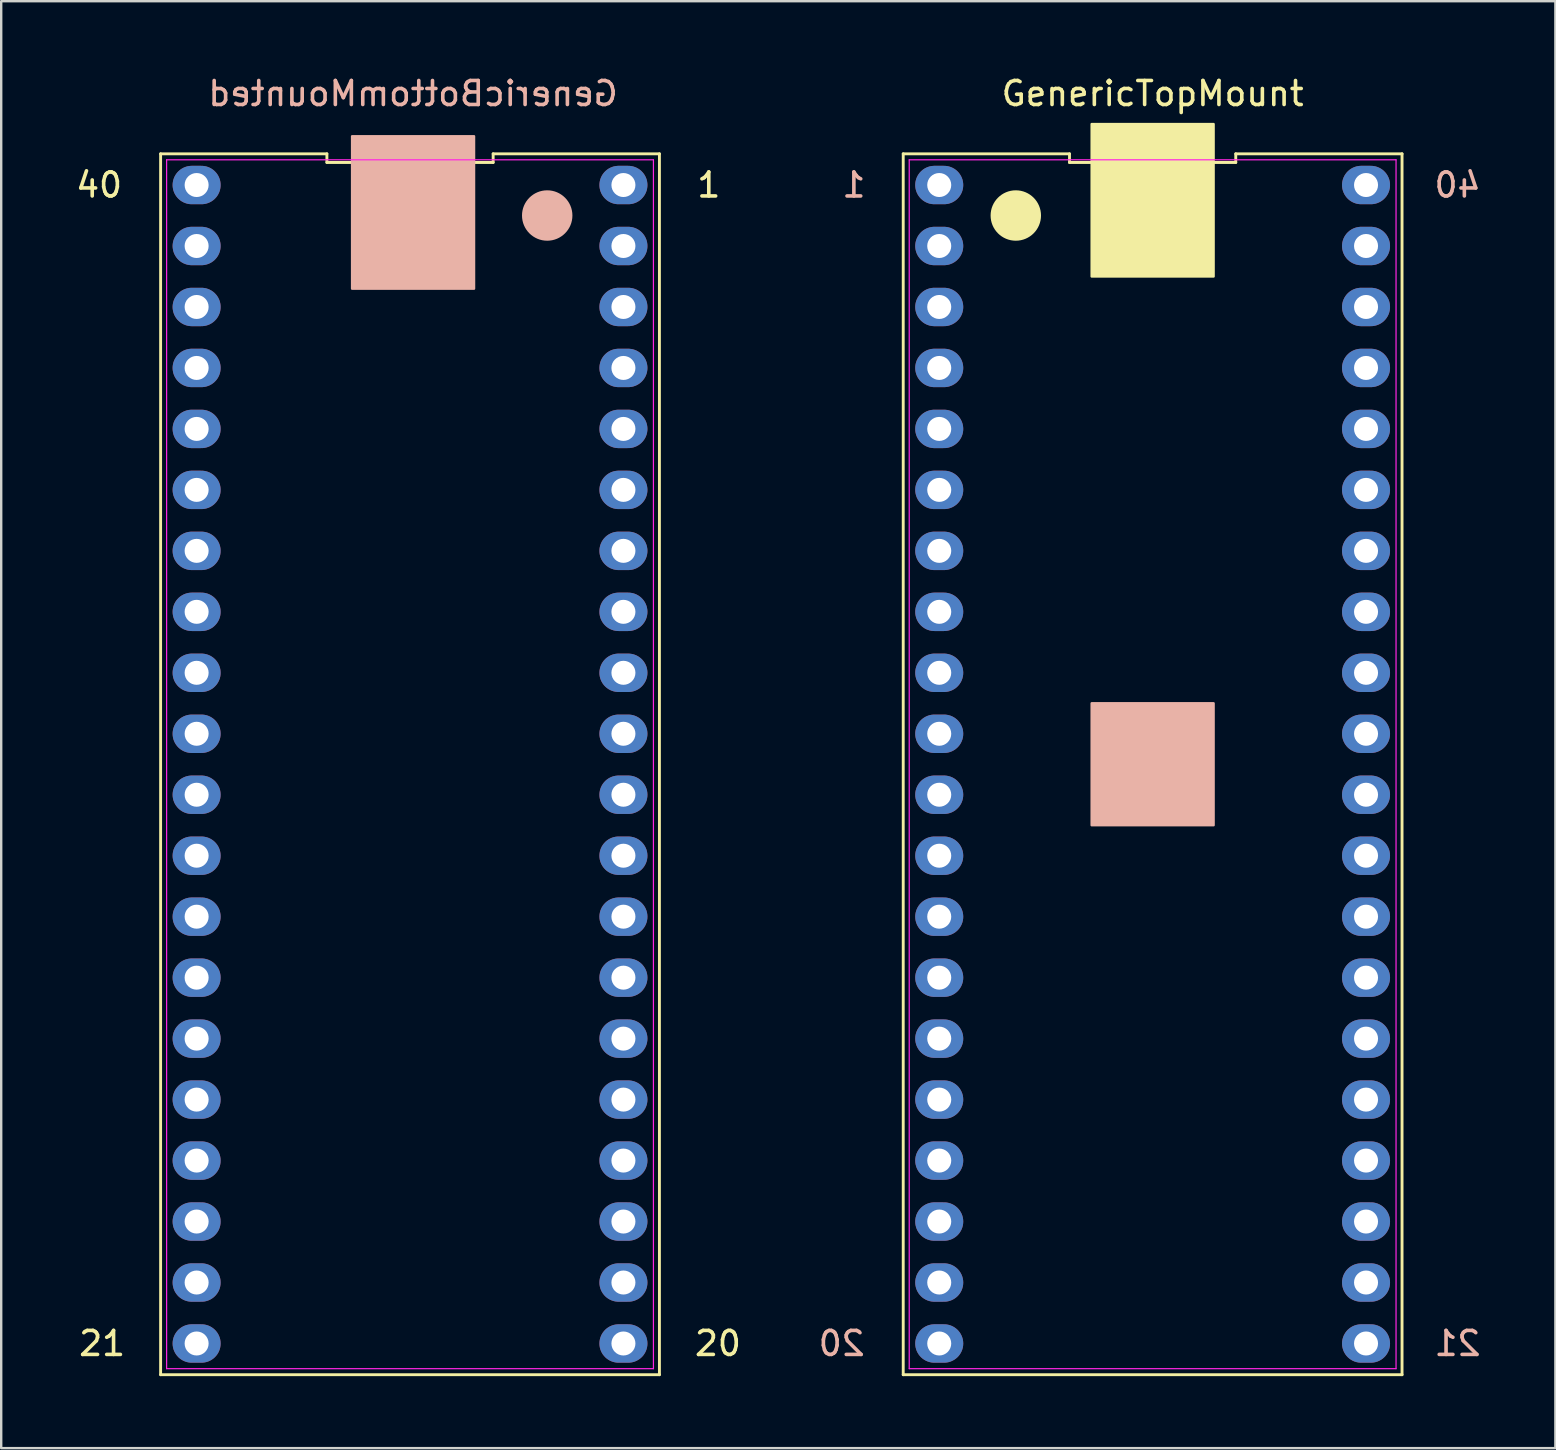
<source format=kicad_pcb>
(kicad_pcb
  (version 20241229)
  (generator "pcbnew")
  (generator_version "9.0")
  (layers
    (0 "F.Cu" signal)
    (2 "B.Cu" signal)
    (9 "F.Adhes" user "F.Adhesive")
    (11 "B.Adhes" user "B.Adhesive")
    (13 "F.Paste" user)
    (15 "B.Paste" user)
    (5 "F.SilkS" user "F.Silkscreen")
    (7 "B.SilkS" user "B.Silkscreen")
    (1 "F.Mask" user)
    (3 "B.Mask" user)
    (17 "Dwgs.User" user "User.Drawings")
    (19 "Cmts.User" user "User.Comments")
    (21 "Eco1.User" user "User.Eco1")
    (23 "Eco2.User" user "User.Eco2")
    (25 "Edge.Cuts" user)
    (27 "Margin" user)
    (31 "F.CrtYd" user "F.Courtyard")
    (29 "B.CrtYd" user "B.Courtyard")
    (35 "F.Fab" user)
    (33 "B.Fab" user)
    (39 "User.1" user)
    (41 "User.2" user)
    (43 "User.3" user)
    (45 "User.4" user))
  (footprint "GenericTopMount"
    (layer "F.Cu")
    (at 44.967 28.788)
    (property "Reference" "GenericTopMount" (at 0 -27.94 0) (layer "F.SilkS") (effects (font (size 1 1) (thickness 0.15))))
    (attr through_hole)
    (fp_line (start -10.39 25.43) (end 10.39 25.43) (stroke (width 0.12) (type solid)) (layer "F.SilkS"))
    (fp_line (start -10.39 -25.43) (end -10.39 25.43) (stroke (width 0.12) (type solid)) (layer "F.SilkS"))
    (fp_line (start -3.463 -25.43) (end -10.39 -25.43) (stroke (width 0.12) (type solid)) (layer "F.SilkS"))
    (fp_line (start -3.463 -25.07) (end -3.463 -25.43) (stroke (width 0.12) (type solid)) (layer "F.SilkS"))
    (fp_line (start 3.463 -25.43) (end 3.463 -25.07) (stroke (width 0.12) (type solid)) (layer "F.SilkS"))
    (fp_line (start 3.463 -25.07) (end -3.463 -25.07) (stroke (width 0.12) (type solid)) (layer "F.SilkS"))
    (fp_line (start 10.39 25.43) (end 10.39 -25.43) (stroke (width 0.12) (type solid)) (layer "F.SilkS"))
    (fp_line (start 10.39 -25.43) (end 3.463 -25.43) (stroke (width 0.12) (type solid)) (layer "F.SilkS"))
    (fp_poly (pts (xy 2.54 -20.32) (xy -2.54 -20.32) (xy -2.54 -26.67) (xy 2.54 -26.67)) (stroke (width 0.1) (type solid)) (fill yes) (layer "F.SilkS"))
    (fp_poly (pts (xy 2.54 2.54) (xy -2.54 2.54) (xy -2.54 -2.54) (xy 2.54 -2.54)) (stroke (width 0.1) (type solid)) (fill yes) (layer "B.SilkS"))
    (fp_line (start -10.14 -25.18) (end 10.14 -25.18) (stroke (width 0.05) (type solid)) (layer "F.CrtYd"))
    (fp_line (start -10.14 25.18) (end -10.14 -25.18) (stroke (width 0.05) (type solid)) (layer "F.CrtYd"))
    (fp_line (start 10.14 -25.18) (end 10.14 25.18) (stroke (width 0.05) (type solid)) (layer "F.CrtYd"))
    (fp_line (start 10.14 25.18) (end -10.14 25.18) (stroke (width 0.05) (type solid)) (layer "F.CrtYd"))
    (fp_text user "21" (at 12.7 24.13 180) (layer "B.SilkS") (effects (font (size 1 1) (thickness 0.15)) (justify mirror)))
    (fp_text user "1" (at -12.446 -24.13 180) (layer "B.SilkS") (effects (font (size 1 1) (thickness 0.15)) (justify mirror)))
    (fp_text user "20" (at -12.954 24.13 180) (layer "B.SilkS") (effects (font (size 1 1) (thickness 0.15)) (justify mirror)))
    (fp_text user "40" (at 12.7 -24.13 180) (layer "B.SilkS") (effects (font (size 1 1) (thickness 0.15)) (justify mirror)))
    (pad "" smd circle (at -5.7 -22.86) (size 2.1 2.1) (layers "F.SilkS"))
    (pad "1" thru_hole oval (at -8.89 -24.13 270) (size 1.6 2) (drill 1) (layers "*.Mask" "B.Cu"))
    (pad "2" thru_hole oval (at -8.89 -21.59 270) (size 1.6 2) (drill 1) (layers "*.Mask" "B.Cu"))
    (pad "3" thru_hole oval (at -8.89 -19.05 270) (size 1.6 2) (drill 1) (layers "*.Mask" "B.Cu"))
    (pad "4" thru_hole oval (at -8.89 -16.51 270) (size 1.6 2) (drill 1) (layers "*.Mask" "B.Cu"))
    (pad "5" thru_hole oval (at -8.89 -13.97 270) (size 1.6 2) (drill 1) (layers "*.Mask" "B.Cu"))
    (pad "6" thru_hole oval (at -8.89 -11.43 270) (size 1.6 2) (drill 1) (layers "*.Mask" "B.Cu"))
    (pad "7" thru_hole oval (at -8.89 -8.89 270) (size 1.6 2) (drill 1) (layers "*.Mask" "B.Cu"))
    (pad "8" thru_hole oval (at -8.89 -6.35 270) (size 1.6 2) (drill 1) (layers "*.Mask" "B.Cu"))
    (pad "9" thru_hole oval (at -8.89 -3.81 270) (size 1.6 2) (drill 1) (layers "*.Mask" "B.Cu"))
    (pad "10" thru_hole oval (at -8.89 -1.27 270) (size 1.6 2) (drill 1) (layers "*.Mask" "B.Cu"))
    (pad "11" thru_hole oval (at -8.89 1.27 270) (size 1.6 2) (drill 1) (layers "*.Mask" "B.Cu"))
    (pad "12" thru_hole oval (at -8.89 3.81 270) (size 1.6 2) (drill 1) (layers "*.Mask" "B.Cu"))
    (pad "13" thru_hole oval (at -8.89 6.35 270) (size 1.6 2) (drill 1) (layers "*.Mask" "B.Cu"))
    (pad "14" thru_hole oval (at -8.89 8.89 270) (size 1.6 2) (drill 1) (layers "*.Mask" "B.Cu"))
    (pad "15" thru_hole oval (at -8.89 11.43 270) (size 1.6 2) (drill 1) (layers "*.Mask" "B.Cu"))
    (pad "16" thru_hole oval (at -8.89 13.97 270) (size 1.6 2) (drill 1) (layers "*.Mask" "B.Cu"))
    (pad "17" thru_hole oval (at -8.89 16.51 270) (size 1.6 2) (drill 1) (layers "*.Mask" "B.Cu"))
    (pad "18" thru_hole oval (at -8.89 19.05 270) (size 1.6 2) (drill 1) (layers "*.Mask" "B.Cu"))
    (pad "19" thru_hole oval (at -8.89 21.59 270) (size 1.6 2) (drill 1) (layers "*.Mask" "B.Cu"))
    (pad "20" thru_hole oval (at -8.89 24.13 270) (size 1.6 2) (drill 1) (layers "*.Mask" "B.Cu"))
    (pad "21" thru_hole oval (at 8.89 24.13 270) (size 1.6 2) (drill 1) (layers "*.Mask" "B.Cu"))
    (pad "22" thru_hole oval (at 8.89 21.59 270) (size 1.6 2) (drill 1) (layers "*.Mask" "B.Cu"))
    (pad "23" thru_hole oval (at 8.89 19.05 270) (size 1.6 2) (drill 1) (layers "*.Mask" "B.Cu"))
    (pad "24" thru_hole oval (at 8.89 16.51 270) (size 1.6 2) (drill 1) (layers "*.Mask" "B.Cu"))
    (pad "25" thru_hole oval (at 8.89 13.97 270) (size 1.6 2) (drill 1) (layers "*.Mask" "B.Cu"))
    (pad "26" thru_hole oval (at 8.89 11.43 270) (size 1.6 2) (drill 1) (layers "*.Mask" "B.Cu"))
    (pad "27" thru_hole oval (at 8.89 8.89 270) (size 1.6 2) (drill 1) (layers "*.Mask" "B.Cu"))
    (pad "28" thru_hole oval (at 8.89 6.35 270) (size 1.6 2) (drill 1) (layers "*.Mask" "B.Cu"))
    (pad "29" thru_hole oval (at 8.89 3.81 270) (size 1.6 2) (drill 1) (layers "*.Mask" "B.Cu"))
    (pad "30" thru_hole oval (at 8.89 1.27 270) (size 1.6 2) (drill 1) (layers "*.Mask" "B.Cu"))
    (pad "31" thru_hole oval (at 8.89 -1.27 270) (size 1.6 2) (drill 1) (layers "*.Mask" "B.Cu"))
    (pad "32" thru_hole oval (at 8.89 -3.81 270) (size 1.6 2) (drill 1) (layers "*.Mask" "B.Cu"))
    (pad "33" thru_hole oval (at 8.89 -6.35 270) (size 1.6 2) (drill 1) (layers "*.Mask" "B.Cu"))
    (pad "34" thru_hole oval (at 8.89 -8.89 270) (size 1.6 2) (drill 1) (layers "*.Mask" "B.Cu"))
    (pad "35" thru_hole oval (at 8.89 -11.43 270) (size 1.6 2) (drill 1) (layers "*.Mask" "B.Cu"))
    (pad "36" thru_hole oval (at 8.89 -13.97 270) (size 1.6 2) (drill 1) (layers "*.Mask" "B.Cu"))
    (pad "37" thru_hole oval (at 8.89 -16.51 270) (size 1.6 2) (drill 1) (layers "*.Mask" "B.Cu"))
    (pad "38" thru_hole oval (at 8.89 -19.05 270) (size 1.6 2) (drill 1) (layers "*.Mask" "B.Cu"))
    (pad "39" thru_hole oval (at 8.89 -21.59 270) (size 1.6 2) (drill 1) (layers "*.Mask" "B.Cu"))
    (pad "40" thru_hole oval (at 8.89 -24.13 270) (size 1.6 2) (drill 1) (layers "*.Mask" "B.Cu")))
  (footprint "GenericBottomMounted"
    (layer "F.Cu")
    (at 14.158 28.788)
    (property "Reference" "GenericBottomMounted" (at 0 -27.94 0) (layer "B.SilkS") (effects (font (size 1 1) (thickness 0.15)) (justify mirror)))
    (attr through_hole)
    (fp_line (start -10.517 25.43) (end 10.263 25.43) (stroke (width 0.12) (type solid)) (layer "F.SilkS"))
    (fp_line (start -10.517 -25.43) (end -10.517 25.43) (stroke (width 0.12) (type solid)) (layer "F.SilkS"))
    (fp_line (start -3.59 -25.43) (end -10.517 -25.43) (stroke (width 0.12) (type solid)) (layer "F.SilkS"))
    (fp_line (start -3.59 -25.07) (end -3.59 -25.43) (stroke (width 0.12) (type solid)) (layer "F.SilkS"))
    (fp_line (start 3.336 -25.43) (end 3.336 -25.07) (stroke (width 0.12) (type solid)) (layer "F.SilkS"))
    (fp_line (start 3.336 -25.07) (end -3.59 -25.07) (stroke (width 0.12) (type solid)) (layer "F.SilkS"))
    (fp_line (start 10.263 25.43) (end 10.263 -25.43) (stroke (width 0.12) (type solid)) (layer "F.SilkS"))
    (fp_line (start 10.263 -25.43) (end 3.336 -25.43) (stroke (width 0.12) (type solid)) (layer "F.SilkS"))
    (fp_poly (pts (xy 2.54 -26.162) (xy -2.54 -26.162) (xy -2.54 -19.812) (xy 2.54 -19.812)) (stroke (width 0.1) (type solid)) (fill yes) (layer "B.SilkS"))
    (fp_line (start -10.267 -25.18) (end 10.013 -25.18) (stroke (width 0.05) (type solid)) (layer "F.CrtYd"))
    (fp_line (start -10.267 25.18) (end -10.267 -25.18) (stroke (width 0.05) (type solid)) (layer "F.CrtYd"))
    (fp_line (start 10.013 -25.18) (end 10.013 25.18) (stroke (width 0.05) (type solid)) (layer "F.CrtYd"))
    (fp_line (start 10.013 25.18) (end -10.267 25.18) (stroke (width 0.05) (type solid)) (layer "F.CrtYd"))
    (fp_text user "40" (at -13.081 -24.13 0) (layer "F.SilkS") (effects (font (size 1 1) (thickness 0.15))))
    (fp_text user "21" (at -12.954 24.13 0) (layer "F.SilkS") (effects (font (size 1 1) (thickness 0.15))))
    (fp_text user "20" (at 12.7 24.13 0) (layer "F.SilkS") (effects (font (size 1 1) (thickness 0.15))))
    (fp_text user "1" (at 12.319 -24.13 0) (layer "F.SilkS") (effects (font (size 1 1) (thickness 0.15))))
    (pad "" smd circle (at 5.588 -22.86) (size 2.1 2.1) (layers "B.SilkS"))
    (pad "1" thru_hole oval (at 8.763 -24.13 270) (size 1.6 2) (drill 1) (layers "*.Mask" "F.Cu"))
    (pad "2" thru_hole oval (at 8.763 -21.59 270) (size 1.6 2) (drill 1) (layers "*.Mask" "F.Cu"))
    (pad "3" thru_hole oval (at 8.763 -19.05 270) (size 1.6 2) (drill 1) (layers "*.Mask" "F.Cu"))
    (pad "4" thru_hole oval (at 8.763 -16.51 270) (size 1.6 2) (drill 1) (layers "*.Mask" "F.Cu"))
    (pad "5" thru_hole oval (at 8.763 -13.97 270) (size 1.6 2) (drill 1) (layers "*.Mask" "F.Cu"))
    (pad "6" thru_hole oval (at 8.763 -11.43 270) (size 1.6 2) (drill 1) (layers "*.Mask" "F.Cu"))
    (pad "7" thru_hole oval (at 8.763 -8.89 270) (size 1.6 2) (drill 1) (layers "*.Mask" "F.Cu"))
    (pad "8" thru_hole oval (at 8.763 -6.35 270) (size 1.6 2) (drill 1) (layers "*.Mask" "F.Cu"))
    (pad "9" thru_hole oval (at 8.763 -3.81 270) (size 1.6 2) (drill 1) (layers "*.Mask" "F.Cu"))
    (pad "10" thru_hole oval (at 8.763 -1.27 270) (size 1.6 2) (drill 1) (layers "*.Mask" "F.Cu"))
    (pad "11" thru_hole oval (at 8.763 1.27 270) (size 1.6 2) (drill 1) (layers "*.Mask" "F.Cu"))
    (pad "12" thru_hole oval (at 8.763 3.81 270) (size 1.6 2) (drill 1) (layers "*.Mask" "F.Cu"))
    (pad "13" thru_hole oval (at 8.763 6.35 270) (size 1.6 2) (drill 1) (layers "*.Mask" "F.Cu"))
    (pad "14" thru_hole oval (at 8.763 8.89 270) (size 1.6 2) (drill 1) (layers "*.Mask" "F.Cu"))
    (pad "15" thru_hole oval (at 8.763 11.43 270) (size 1.6 2) (drill 1) (layers "*.Mask" "F.Cu"))
    (pad "16" thru_hole oval (at 8.763 13.97 270) (size 1.6 2) (drill 1) (layers "*.Mask" "F.Cu"))
    (pad "17" thru_hole oval (at 8.763 16.51 270) (size 1.6 2) (drill 1) (layers "*.Mask" "F.Cu"))
    (pad "18" thru_hole oval (at 8.763 19.05 270) (size 1.6 2) (drill 1) (layers "*.Mask" "F.Cu"))
    (pad "19" thru_hole oval (at 8.763 21.59 270) (size 1.6 2) (drill 1) (layers "*.Mask" "F.Cu"))
    (pad "20" thru_hole oval (at 8.763 24.13 270) (size 1.6 2) (drill 1) (layers "*.Mask" "F.Cu"))
    (pad "21" thru_hole oval (at -9.017 24.13 270) (size 1.6 2) (drill 1) (layers "*.Mask" "F.Cu"))
    (pad "22" thru_hole oval (at -9.017 21.59 270) (size 1.6 2) (drill 1) (layers "*.Mask" "F.Cu"))
    (pad "23" thru_hole oval (at -9.017 19.05 270) (size 1.6 2) (drill 1) (layers "*.Mask" "F.Cu"))
    (pad "24" thru_hole oval (at -9.017 16.51 270) (size 1.6 2) (drill 1) (layers "*.Mask" "F.Cu"))
    (pad "25" thru_hole oval (at -9.017 13.97 270) (size 1.6 2) (drill 1) (layers "*.Mask" "F.Cu"))
    (pad "26" thru_hole oval (at -9.017 11.43 270) (size 1.6 2) (drill 1) (layers "*.Mask" "F.Cu"))
    (pad "27" thru_hole oval (at -9.017 8.89 270) (size 1.6 2) (drill 1) (layers "*.Mask" "F.Cu"))
    (pad "28" thru_hole oval (at -9.017 6.35 270) (size 1.6 2) (drill 1) (layers "*.Mask" "F.Cu"))
    (pad "29" thru_hole oval (at -9.017 3.81 270) (size 1.6 2) (drill 1) (layers "*.Mask" "F.Cu"))
    (pad "30" thru_hole oval (at -9.017 1.27 270) (size 1.6 2) (drill 1) (layers "*.Mask" "F.Cu"))
    (pad "31" thru_hole oval (at -9.017 -1.27 270) (size 1.6 2) (drill 1) (layers "*.Mask" "F.Cu"))
    (pad "32" thru_hole oval (at -9.017 -3.81 270) (size 1.6 2) (drill 1) (layers "*.Mask" "F.Cu"))
    (pad "33" thru_hole oval (at -9.017 -6.35 270) (size 1.6 2) (drill 1) (layers "*.Mask" "F.Cu"))
    (pad "34" thru_hole oval (at -9.017 -8.89 270) (size 1.6 2) (drill 1) (layers "*.Mask" "F.Cu"))
    (pad "35" thru_hole oval (at -9.017 -11.43 270) (size 1.6 2) (drill 1) (layers "*.Mask" "F.Cu"))
    (pad "36" thru_hole oval (at -9.017 -13.97 270) (size 1.6 2) (drill 1) (layers "*.Mask" "F.Cu"))
    (pad "37" thru_hole oval (at -9.017 -16.51 270) (size 1.6 2) (drill 1) (layers "*.Mask" "F.Cu"))
    (pad "38" thru_hole oval (at -9.017 -19.05 270) (size 1.6 2) (drill 1) (layers "*.Mask" "F.Cu"))
    (pad "39" thru_hole oval (at -9.017 -21.59 270) (size 1.6 2) (drill 1) (layers "*.Mask" "F.Cu"))
    (pad "40" thru_hole oval (at -9.017 -24.13 270) (size 1.6 2) (drill 1) (layers "*.Mask" "F.Cu")))
  (gr_rect
    (start -3 -3)
    (end 61.745 57.278)
    (stroke (width 0.1) (type default))
    (fill no)
    (layer "Edge.Cuts")))
</source>
